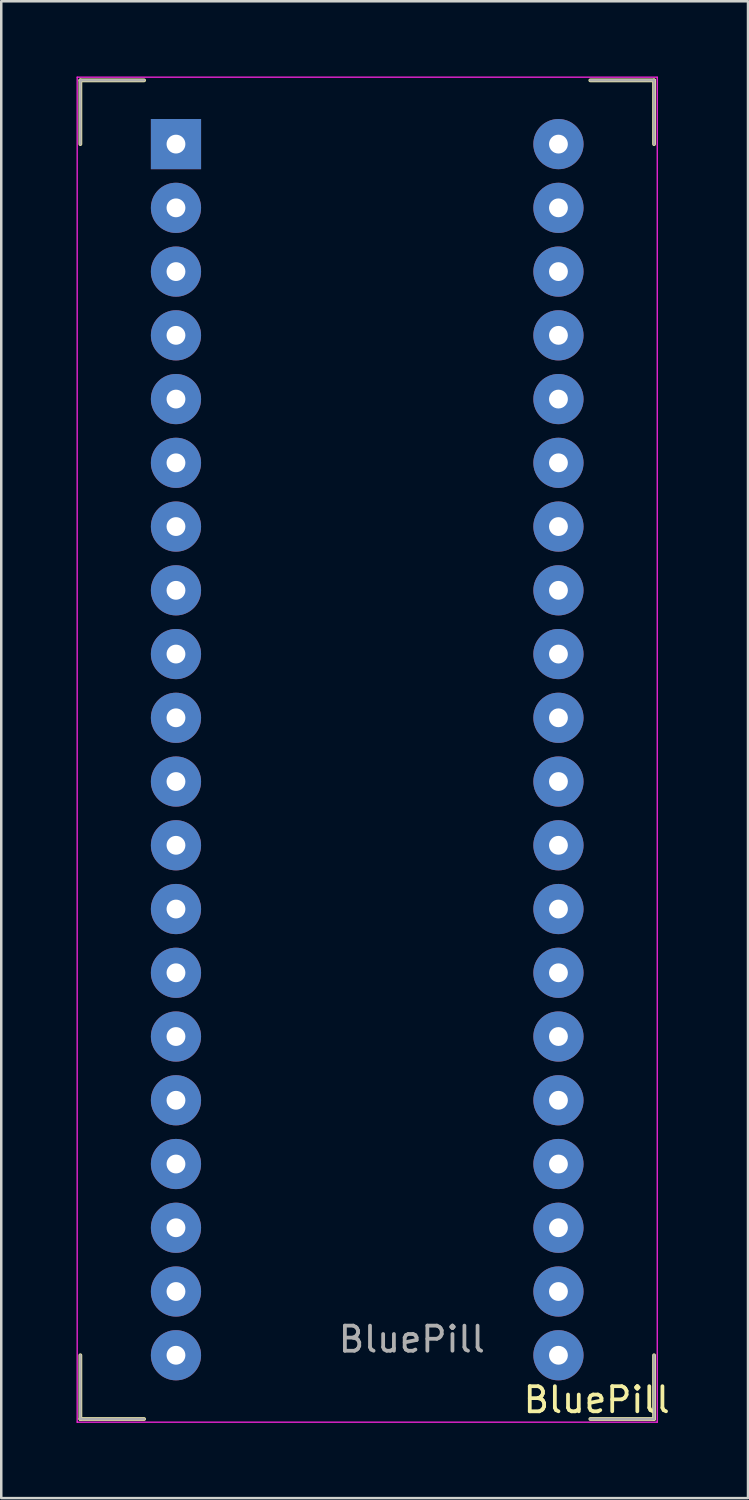
<source format=kicad_pcb>
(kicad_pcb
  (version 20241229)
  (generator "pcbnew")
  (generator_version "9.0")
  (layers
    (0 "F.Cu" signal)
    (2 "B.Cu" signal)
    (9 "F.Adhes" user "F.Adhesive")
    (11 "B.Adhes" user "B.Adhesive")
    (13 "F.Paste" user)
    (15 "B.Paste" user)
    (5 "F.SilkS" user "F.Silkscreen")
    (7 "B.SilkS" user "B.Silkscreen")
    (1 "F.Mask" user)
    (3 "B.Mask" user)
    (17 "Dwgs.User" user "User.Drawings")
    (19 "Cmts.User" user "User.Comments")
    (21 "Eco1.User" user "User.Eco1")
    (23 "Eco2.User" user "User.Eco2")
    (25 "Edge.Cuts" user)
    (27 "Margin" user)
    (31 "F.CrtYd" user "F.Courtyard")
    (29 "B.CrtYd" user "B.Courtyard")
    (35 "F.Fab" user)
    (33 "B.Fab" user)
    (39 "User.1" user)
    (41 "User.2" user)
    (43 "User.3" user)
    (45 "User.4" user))
  (footprint "BluePill"
    (layer "F.Cu")
    (at 3.962 2.692)
    (property "Reference" "BluePill" (at 16.764 50.038 0) (layer "F.SilkS") (effects (font (size 1 1) (thickness 0.15))))
    (attr through_hole)
    (fp_line (start -3.81 -2.54) (end -1.27 -2.54) (stroke (width 0.15) (type solid)) (layer "F.SilkS"))
    (fp_line (start -3.81 0) (end -3.81 -2.54) (stroke (width 0.15) (type solid)) (layer "F.SilkS"))
    (fp_line (start -3.81 50.8) (end -3.81 48.26) (stroke (width 0.15) (type solid)) (layer "F.SilkS"))
    (fp_line (start -1.27 50.8) (end -3.81 50.8) (stroke (width 0.15) (type solid)) (layer "F.SilkS"))
    (fp_line (start 16.51 50.8) (end 19.05 50.8) (stroke (width 0.15) (type solid)) (layer "F.SilkS"))
    (fp_line (start 19.05 -2.54) (end 16.51 -2.54) (stroke (width 0.15) (type solid)) (layer "F.SilkS"))
    (fp_line (start 19.05 0) (end 19.05 -2.54) (stroke (width 0.15) (type solid)) (layer "F.SilkS"))
    (fp_line (start 19.05 50.8) (end 19.05 48.26) (stroke (width 0.15) (type solid)) (layer "F.SilkS"))
    (fp_line (start -3.937 -2.667) (end -3.937 50.927) (stroke (width 0.05) (type solid)) (layer "F.CrtYd"))
    (fp_line (start -3.937 -2.667) (end 19.177 -2.667) (stroke (width 0.05) (type solid)) (layer "F.CrtYd"))
    (fp_line (start 19.177 50.927) (end -3.937 50.927) (stroke (width 0.05) (type solid)) (layer "F.CrtYd"))
    (fp_line (start 19.177 50.927) (end 19.177 -2.667) (stroke (width 0.05) (type solid)) (layer "F.CrtYd"))
    (fp_line (start -3.81 -2.54) (end -1.27 -2.54) (stroke (width 0.1) (type solid)) (layer "F.Fab"))
    (fp_line (start -3.81 0) (end -3.81 -2.54) (stroke (width 0.1) (type solid)) (layer "F.Fab"))
    (fp_line (start -3.81 50.8) (end -3.81 48.26) (stroke (width 0.1) (type solid)) (layer "F.Fab"))
    (fp_line (start -1.27 50.8) (end -3.81 50.8) (stroke (width 0.1) (type solid)) (layer "F.Fab"))
    (fp_line (start 16.51 -2.54) (end 19.05 -2.54) (stroke (width 0.1) (type solid)) (layer "F.Fab"))
    (fp_line (start 19.05 -2.54) (end 19.05 0) (stroke (width 0.1) (type solid)) (layer "F.Fab"))
    (fp_line (start 19.05 50.8) (end 16.51 50.8) (stroke (width 0.1) (type solid)) (layer "F.Fab"))
    (fp_line (start 19.05 50.8) (end 19.05 48.26) (stroke (width 0.1) (type solid)) (layer "F.Fab"))
    (fp_text user "${REFERENCE}" (at 9.398 47.625 0) (layer "F.Fab") (effects (font (size 1 1) (thickness 0.15))))
    (pad "1" thru_hole rect (at 0 0) (size 2 2) (drill 0.75) (layers "*.Cu" "*.Mask"))
    (pad "2" thru_hole circle (at 0 2.54) (size 2 2) (drill 0.75) (layers "*.Cu" "*.Mask"))
    (pad "3" thru_hole circle (at 0 5.08) (size 2 2) (drill 0.75) (layers "*.Cu" "*.Mask"))
    (pad "4" thru_hole circle (at 0 7.62) (size 2 2) (drill 0.75) (layers "*.Cu" "*.Mask"))
    (pad "5" thru_hole circle (at 0 10.16) (size 2 2) (drill 0.75) (layers "*.Cu" "*.Mask"))
    (pad "6" thru_hole circle (at 0 12.7) (size 2 2) (drill 0.75) (layers "*.Cu" "*.Mask"))
    (pad "7" thru_hole circle (at 0 15.24) (size 2 2) (drill 0.75) (layers "*.Cu" "*.Mask"))
    (pad "8" thru_hole circle (at 0 17.78) (size 2 2) (drill 0.75) (layers "*.Cu" "*.Mask"))
    (pad "9" thru_hole circle (at 0 20.32) (size 2 2) (drill 0.75) (layers "*.Cu" "*.Mask"))
    (pad "10" thru_hole circle (at 0 22.86) (size 2 2) (drill 0.75) (layers "*.Cu" "*.Mask"))
    (pad "11" thru_hole circle (at 0 25.4) (size 2 2) (drill 0.75) (layers "*.Cu" "*.Mask"))
    (pad "12" thru_hole circle (at 0 27.94) (size 2 2) (drill 0.75) (layers "*.Cu" "*.Mask"))
    (pad "13" thru_hole circle (at 0 30.48) (size 2 2) (drill 0.75) (layers "*.Cu" "*.Mask"))
    (pad "14" thru_hole circle (at 0 33.02) (size 2 2) (drill 0.75) (layers "*.Cu" "*.Mask"))
    (pad "15" thru_hole circle (at 0 35.56) (size 2 2) (drill 0.75) (layers "*.Cu" "*.Mask"))
    (pad "16" thru_hole circle (at 0 38.1) (size 2 2) (drill 0.75) (layers "*.Cu" "*.Mask"))
    (pad "17" thru_hole circle (at 0 40.64) (size 2 2) (drill 0.75) (layers "*.Cu" "*.Mask"))
    (pad "18" thru_hole circle (at 0 43.18) (size 2 2) (drill 0.75) (layers "*.Cu" "*.Mask"))
    (pad "19" thru_hole circle (at 0 45.72) (size 2 2) (drill 0.75) (layers "*.Cu" "*.Mask"))
    (pad "20" thru_hole circle (at 0 48.26) (size 2 2) (drill 0.75) (layers "*.Cu" "*.Mask"))
    (pad "21" thru_hole circle (at 15.24 48.26) (size 2 2) (drill 0.75) (layers "*.Cu" "*.Mask"))
    (pad "22" thru_hole circle (at 15.24 45.72) (size 2 2) (drill 0.75) (layers "*.Cu" "*.Mask"))
    (pad "23" thru_hole circle (at 15.24 43.18) (size 2 2) (drill 0.75) (layers "*.Cu" "*.Mask"))
    (pad "24" thru_hole circle (at 15.24 40.64) (size 2 2) (drill 0.75) (layers "*.Cu" "*.Mask"))
    (pad "25" thru_hole circle (at 15.24 38.1) (size 2 2) (drill 0.75) (layers "*.Cu" "*.Mask"))
    (pad "26" thru_hole circle (at 15.24 35.56) (size 2 2) (drill 0.75) (layers "*.Cu" "*.Mask"))
    (pad "27" thru_hole circle (at 15.24 33.02) (size 2 2) (drill 0.75) (layers "*.Cu" "*.Mask"))
    (pad "28" thru_hole circle (at 15.24 30.48) (size 2 2) (drill 0.75) (layers "*.Cu" "*.Mask"))
    (pad "29" thru_hole circle (at 15.24 27.94) (size 2 2) (drill 0.75) (layers "*.Cu" "*.Mask"))
    (pad "30" thru_hole circle (at 15.24 25.4) (size 2 2) (drill 0.75) (layers "*.Cu" "*.Mask"))
    (pad "31" thru_hole circle (at 15.24 22.86) (size 2 2) (drill 0.75) (layers "*.Cu" "*.Mask"))
    (pad "32" thru_hole circle (at 15.24 20.32) (size 2 2) (drill 0.75) (layers "*.Cu" "*.Mask"))
    (pad "33" thru_hole circle (at 15.24 17.78) (size 2 2) (drill 0.75) (layers "*.Cu" "*.Mask"))
    (pad "34" thru_hole circle (at 15.24 15.24) (size 2 2) (drill 0.75) (layers "*.Cu" "*.Mask"))
    (pad "35" thru_hole circle (at 15.24 12.7) (size 2 2) (drill 0.75) (layers "*.Cu" "*.Mask"))
    (pad "36" thru_hole circle (at 15.24 10.16) (size 2 2) (drill 0.75) (layers "*.Cu" "*.Mask"))
    (pad "37" thru_hole circle (at 15.24 7.62) (size 2 2) (drill 0.75) (layers "*.Cu" "*.Mask"))
    (pad "38" thru_hole circle (at 15.24 5.08) (size 2 2) (drill 0.75) (layers "*.Cu" "*.Mask"))
    (pad "39" thru_hole circle (at 15.24 2.54) (size 2 2) (drill 0.75) (layers "*.Cu" "*.Mask"))
    (pad "40" thru_hole circle (at 15.24 0) (size 2 2) (drill 0.75) (layers "*.Cu" "*.Mask")))
  (gr_rect
    (start -3 -3)
    (end 26.756 56.644)
    (stroke (width 0.1) (type default))
    (fill no)
    (layer "Edge.Cuts")))
</source>
